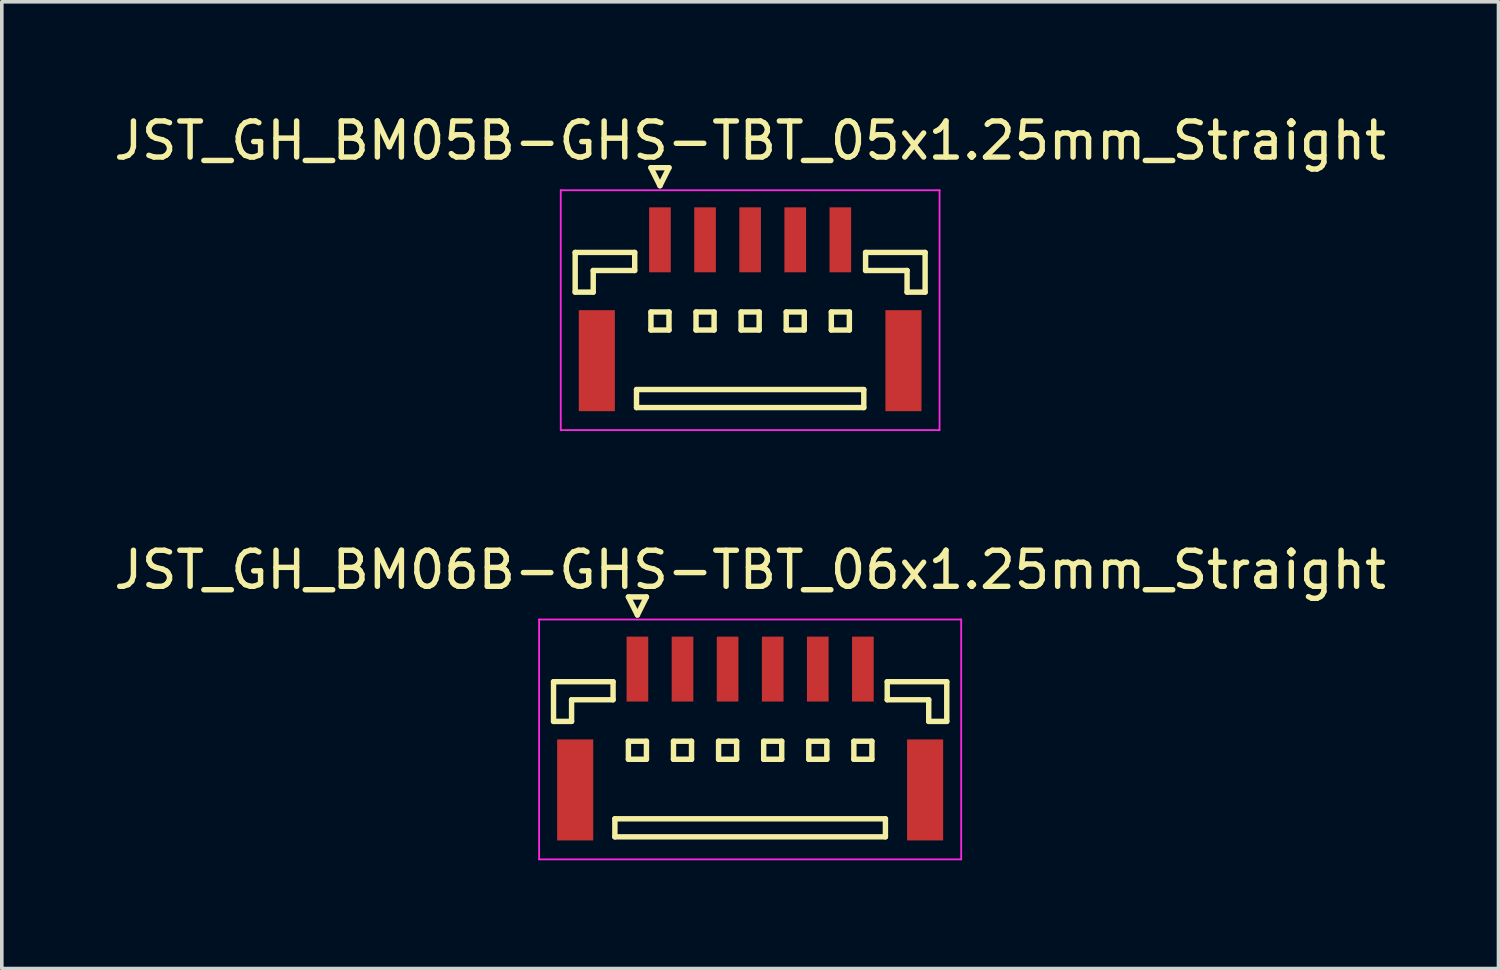
<source format=kicad_pcb>
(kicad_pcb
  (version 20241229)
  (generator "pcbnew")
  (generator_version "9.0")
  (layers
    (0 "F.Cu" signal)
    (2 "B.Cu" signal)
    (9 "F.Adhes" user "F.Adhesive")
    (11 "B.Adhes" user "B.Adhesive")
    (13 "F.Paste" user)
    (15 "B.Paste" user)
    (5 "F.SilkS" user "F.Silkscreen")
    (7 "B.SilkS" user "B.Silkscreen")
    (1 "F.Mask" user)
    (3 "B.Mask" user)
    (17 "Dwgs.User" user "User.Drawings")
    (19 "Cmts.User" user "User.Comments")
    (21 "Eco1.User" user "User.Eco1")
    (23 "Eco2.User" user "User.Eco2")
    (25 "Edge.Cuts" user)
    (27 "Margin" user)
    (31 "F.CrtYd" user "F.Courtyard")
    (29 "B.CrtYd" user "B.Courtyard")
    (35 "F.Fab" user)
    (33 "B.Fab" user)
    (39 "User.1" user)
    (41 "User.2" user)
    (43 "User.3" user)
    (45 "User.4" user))
  (footprint "JST_GH_BM06B-GHS-TBT_06x1.25mm_Straight"
    (layer "F.Cu")
    (at 17.744 17.172)
    (property "Reference" "JST_GH_BM06B-GHS-TBT_06x1.25mm_Straight" (at 0 -4.425 0) (layer "F.SilkS") (effects (font (size 1 1) (thickness 0.15))))
    (attr smd)
    (fp_line (start -5.45 -1.325) (end -3.8 -1.325) (stroke (width 0.15) (type solid)) (layer "F.SilkS"))
    (fp_line (start -5.45 -0.225) (end -5.45 -1.325) (stroke (width 0.15) (type solid)) (layer "F.SilkS"))
    (fp_line (start -4.95 -0.825) (end -4.95 -0.225) (stroke (width 0.15) (type solid)) (layer "F.SilkS"))
    (fp_line (start -4.95 -0.225) (end -5.45 -0.225) (stroke (width 0.15) (type solid)) (layer "F.SilkS"))
    (fp_line (start -3.8 -1.325) (end -3.8 -0.825) (stroke (width 0.15) (type solid)) (layer "F.SilkS"))
    (fp_line (start -3.8 -0.825) (end -4.95 -0.825) (stroke (width 0.15) (type solid)) (layer "F.SilkS"))
    (fp_line (start -3.75 2.475) (end -3.75 2.975) (stroke (width 0.15) (type solid)) (layer "F.SilkS"))
    (fp_line (start -3.75 2.975) (end 3.75 2.975) (stroke (width 0.15) (type solid)) (layer "F.SilkS"))
    (fp_line (start -3.375 -3.675) (end -2.875 -3.675) (stroke (width 0.15) (type solid)) (layer "F.SilkS"))
    (fp_line (start -3.375 0.325) (end -3.375 0.825) (stroke (width 0.15) (type solid)) (layer "F.SilkS"))
    (fp_line (start -3.375 0.825) (end -2.875 0.825) (stroke (width 0.15) (type solid)) (layer "F.SilkS"))
    (fp_line (start -3.125 -3.175) (end -3.375 -3.675) (stroke (width 0.15) (type solid)) (layer "F.SilkS"))
    (fp_line (start -2.875 -3.675) (end -3.125 -3.175) (stroke (width 0.15) (type solid)) (layer "F.SilkS"))
    (fp_line (start -2.875 0.325) (end -3.375 0.325) (stroke (width 0.15) (type solid)) (layer "F.SilkS"))
    (fp_line (start -2.875 0.825) (end -2.875 0.325) (stroke (width 0.15) (type solid)) (layer "F.SilkS"))
    (fp_line (start -2.125 0.325) (end -2.125 0.825) (stroke (width 0.15) (type solid)) (layer "F.SilkS"))
    (fp_line (start -2.125 0.825) (end -1.625 0.825) (stroke (width 0.15) (type solid)) (layer "F.SilkS"))
    (fp_line (start -1.625 0.325) (end -2.125 0.325) (stroke (width 0.15) (type solid)) (layer "F.SilkS"))
    (fp_line (start -1.625 0.825) (end -1.625 0.325) (stroke (width 0.15) (type solid)) (layer "F.SilkS"))
    (fp_line (start -0.875 0.325) (end -0.875 0.825) (stroke (width 0.15) (type solid)) (layer "F.SilkS"))
    (fp_line (start -0.875 0.825) (end -0.375 0.825) (stroke (width 0.15) (type solid)) (layer "F.SilkS"))
    (fp_line (start -0.375 0.325) (end -0.875 0.325) (stroke (width 0.15) (type solid)) (layer "F.SilkS"))
    (fp_line (start -0.375 0.825) (end -0.375 0.325) (stroke (width 0.15) (type solid)) (layer "F.SilkS"))
    (fp_line (start 0.375 0.325) (end 0.375 0.825) (stroke (width 0.15) (type solid)) (layer "F.SilkS"))
    (fp_line (start 0.375 0.825) (end 0.875 0.825) (stroke (width 0.15) (type solid)) (layer "F.SilkS"))
    (fp_line (start 0.875 0.325) (end 0.375 0.325) (stroke (width 0.15) (type solid)) (layer "F.SilkS"))
    (fp_line (start 0.875 0.825) (end 0.875 0.325) (stroke (width 0.15) (type solid)) (layer "F.SilkS"))
    (fp_line (start 1.625 0.325) (end 1.625 0.825) (stroke (width 0.15) (type solid)) (layer "F.SilkS"))
    (fp_line (start 1.625 0.825) (end 2.125 0.825) (stroke (width 0.15) (type solid)) (layer "F.SilkS"))
    (fp_line (start 2.125 0.325) (end 1.625 0.325) (stroke (width 0.15) (type solid)) (layer "F.SilkS"))
    (fp_line (start 2.125 0.825) (end 2.125 0.325) (stroke (width 0.15) (type solid)) (layer "F.SilkS"))
    (fp_line (start 2.875 0.325) (end 2.875 0.825) (stroke (width 0.15) (type solid)) (layer "F.SilkS"))
    (fp_line (start 2.875 0.825) (end 3.375 0.825) (stroke (width 0.15) (type solid)) (layer "F.SilkS"))
    (fp_line (start 3.375 0.325) (end 2.875 0.325) (stroke (width 0.15) (type solid)) (layer "F.SilkS"))
    (fp_line (start 3.375 0.825) (end 3.375 0.325) (stroke (width 0.15) (type solid)) (layer "F.SilkS"))
    (fp_line (start 3.75 2.475) (end -3.75 2.475) (stroke (width 0.15) (type solid)) (layer "F.SilkS"))
    (fp_line (start 3.75 2.975) (end 3.75 2.475) (stroke (width 0.15) (type solid)) (layer "F.SilkS"))
    (fp_line (start 3.8 -1.325) (end 3.8 -0.825) (stroke (width 0.15) (type solid)) (layer "F.SilkS"))
    (fp_line (start 3.8 -0.825) (end 4.95 -0.825) (stroke (width 0.15) (type solid)) (layer "F.SilkS"))
    (fp_line (start 4.95 -0.825) (end 4.95 -0.225) (stroke (width 0.15) (type solid)) (layer "F.SilkS"))
    (fp_line (start 4.95 -0.225) (end 5.45 -0.225) (stroke (width 0.15) (type solid)) (layer "F.SilkS"))
    (fp_line (start 5.45 -1.325) (end 3.8 -1.325) (stroke (width 0.15) (type solid)) (layer "F.SilkS"))
    (fp_line (start 5.45 -0.225) (end 5.45 -1.325) (stroke (width 0.15) (type solid)) (layer "F.SilkS"))
    (fp_line (start -5.85 -3.05) (end -5.85 3.6) (stroke (width 0.05) (type solid)) (layer "F.CrtYd"))
    (fp_line (start -5.85 3.6) (end 5.85 3.6) (stroke (width 0.05) (type solid)) (layer "F.CrtYd"))
    (fp_line (start 5.85 -3.05) (end -5.85 -3.05) (stroke (width 0.05) (type solid)) (layer "F.CrtYd"))
    (fp_line (start 5.85 3.6) (end 5.85 -3.05) (stroke (width 0.05) (type solid)) (layer "F.CrtYd"))
    (pad "" smd rect (at -4.85 1.675) (size 1 2.8) (layers "F.Cu" "F.Mask" "F.Paste"))
    (pad "" smd rect (at 4.85 1.675) (size 1 2.8) (layers "F.Cu" "F.Mask" "F.Paste"))
    (pad "1" smd rect (at -3.125 -1.675) (size 0.6 1.8) (layers "F.Cu" "F.Mask" "F.Paste"))
    (pad "2" smd rect (at -1.875 -1.675) (size 0.6 1.8) (layers "F.Cu" "F.Mask" "F.Paste"))
    (pad "3" smd rect (at -0.625 -1.675) (size 0.6 1.8) (layers "F.Cu" "F.Mask" "F.Paste"))
    (pad "4" smd rect (at 0.625 -1.675) (size 0.6 1.8) (layers "F.Cu" "F.Mask" "F.Paste"))
    (pad "5" smd rect (at 1.875 -1.675) (size 0.6 1.8) (layers "F.Cu" "F.Mask" "F.Paste"))
    (pad "6" smd rect (at 3.125 -1.675) (size 0.6 1.8) (layers "F.Cu" "F.Mask" "F.Paste")))
  (footprint "JST_GH_BM05B-GHS-TBT_05x1.25mm_Straight"
    (layer "F.Cu")
    (at 17.744 5.273)
    (property "Reference" "JST_GH_BM05B-GHS-TBT_05x1.25mm_Straight" (at 0 -4.425 0) (layer "F.SilkS") (effects (font (size 1 1) (thickness 0.15))))
    (attr smd)
    (fp_line (start -4.85 -1.325) (end -3.2 -1.325) (stroke (width 0.15) (type solid)) (layer "F.SilkS"))
    (fp_line (start -4.85 -0.225) (end -4.85 -1.325) (stroke (width 0.15) (type solid)) (layer "F.SilkS"))
    (fp_line (start -4.35 -0.825) (end -4.35 -0.225) (stroke (width 0.15) (type solid)) (layer "F.SilkS"))
    (fp_line (start -4.35 -0.225) (end -4.85 -0.225) (stroke (width 0.15) (type solid)) (layer "F.SilkS"))
    (fp_line (start -3.2 -1.325) (end -3.2 -0.825) (stroke (width 0.15) (type solid)) (layer "F.SilkS"))
    (fp_line (start -3.2 -0.825) (end -4.35 -0.825) (stroke (width 0.15) (type solid)) (layer "F.SilkS"))
    (fp_line (start -3.15 2.475) (end -3.15 2.975) (stroke (width 0.15) (type solid)) (layer "F.SilkS"))
    (fp_line (start -3.15 2.975) (end 3.15 2.975) (stroke (width 0.15) (type solid)) (layer "F.SilkS"))
    (fp_line (start -2.75 -3.675) (end -2.25 -3.675) (stroke (width 0.15) (type solid)) (layer "F.SilkS"))
    (fp_line (start -2.75 0.325) (end -2.75 0.825) (stroke (width 0.15) (type solid)) (layer "F.SilkS"))
    (fp_line (start -2.75 0.825) (end -2.25 0.825) (stroke (width 0.15) (type solid)) (layer "F.SilkS"))
    (fp_line (start -2.5 -3.175) (end -2.75 -3.675) (stroke (width 0.15) (type solid)) (layer "F.SilkS"))
    (fp_line (start -2.25 -3.675) (end -2.5 -3.175) (stroke (width 0.15) (type solid)) (layer "F.SilkS"))
    (fp_line (start -2.25 0.325) (end -2.75 0.325) (stroke (width 0.15) (type solid)) (layer "F.SilkS"))
    (fp_line (start -2.25 0.825) (end -2.25 0.325) (stroke (width 0.15) (type solid)) (layer "F.SilkS"))
    (fp_line (start -1.5 0.325) (end -1.5 0.825) (stroke (width 0.15) (type solid)) (layer "F.SilkS"))
    (fp_line (start -1.5 0.825) (end -1 0.825) (stroke (width 0.15) (type solid)) (layer "F.SilkS"))
    (fp_line (start -1 0.325) (end -1.5 0.325) (stroke (width 0.15) (type solid)) (layer "F.SilkS"))
    (fp_line (start -1 0.825) (end -1 0.325) (stroke (width 0.15) (type solid)) (layer "F.SilkS"))
    (fp_line (start -0.25 0.325) (end -0.25 0.825) (stroke (width 0.15) (type solid)) (layer "F.SilkS"))
    (fp_line (start -0.25 0.825) (end 0.25 0.825) (stroke (width 0.15) (type solid)) (layer "F.SilkS"))
    (fp_line (start 0.25 0.325) (end -0.25 0.325) (stroke (width 0.15) (type solid)) (layer "F.SilkS"))
    (fp_line (start 0.25 0.825) (end 0.25 0.325) (stroke (width 0.15) (type solid)) (layer "F.SilkS"))
    (fp_line (start 1 0.325) (end 1 0.825) (stroke (width 0.15) (type solid)) (layer "F.SilkS"))
    (fp_line (start 1 0.825) (end 1.5 0.825) (stroke (width 0.15) (type solid)) (layer "F.SilkS"))
    (fp_line (start 1.5 0.325) (end 1 0.325) (stroke (width 0.15) (type solid)) (layer "F.SilkS"))
    (fp_line (start 1.5 0.825) (end 1.5 0.325) (stroke (width 0.15) (type solid)) (layer "F.SilkS"))
    (fp_line (start 2.25 0.325) (end 2.25 0.825) (stroke (width 0.15) (type solid)) (layer "F.SilkS"))
    (fp_line (start 2.25 0.825) (end 2.75 0.825) (stroke (width 0.15) (type solid)) (layer "F.SilkS"))
    (fp_line (start 2.75 0.325) (end 2.25 0.325) (stroke (width 0.15) (type solid)) (layer "F.SilkS"))
    (fp_line (start 2.75 0.825) (end 2.75 0.325) (stroke (width 0.15) (type solid)) (layer "F.SilkS"))
    (fp_line (start 3.15 2.475) (end -3.15 2.475) (stroke (width 0.15) (type solid)) (layer "F.SilkS"))
    (fp_line (start 3.15 2.975) (end 3.15 2.475) (stroke (width 0.15) (type solid)) (layer "F.SilkS"))
    (fp_line (start 3.2 -1.325) (end 3.2 -0.825) (stroke (width 0.15) (type solid)) (layer "F.SilkS"))
    (fp_line (start 3.2 -0.825) (end 4.35 -0.825) (stroke (width 0.15) (type solid)) (layer "F.SilkS"))
    (fp_line (start 4.35 -0.825) (end 4.35 -0.225) (stroke (width 0.15) (type solid)) (layer "F.SilkS"))
    (fp_line (start 4.35 -0.225) (end 4.85 -0.225) (stroke (width 0.15) (type solid)) (layer "F.SilkS"))
    (fp_line (start 4.85 -1.325) (end 3.2 -1.325) (stroke (width 0.15) (type solid)) (layer "F.SilkS"))
    (fp_line (start 4.85 -0.225) (end 4.85 -1.325) (stroke (width 0.15) (type solid)) (layer "F.SilkS"))
    (fp_line (start -5.25 -3.05) (end -5.25 3.6) (stroke (width 0.05) (type solid)) (layer "F.CrtYd"))
    (fp_line (start -5.25 3.6) (end 5.25 3.6) (stroke (width 0.05) (type solid)) (layer "F.CrtYd"))
    (fp_line (start 5.25 -3.05) (end -5.25 -3.05) (stroke (width 0.05) (type solid)) (layer "F.CrtYd"))
    (fp_line (start 5.25 3.6) (end 5.25 -3.05) (stroke (width 0.05) (type solid)) (layer "F.CrtYd"))
    (pad "" smd rect (at -4.25 1.675) (size 1 2.8) (layers "F.Cu" "F.Mask" "F.Paste"))
    (pad "" smd rect (at 4.25 1.675) (size 1 2.8) (layers "F.Cu" "F.Mask" "F.Paste"))
    (pad "1" smd rect (at -2.5 -1.675) (size 0.6 1.8) (layers "F.Cu" "F.Mask" "F.Paste"))
    (pad "2" smd rect (at -1.25 -1.675) (size 0.6 1.8) (layers "F.Cu" "F.Mask" "F.Paste"))
    (pad "3" smd rect (at 0 -1.675) (size 0.6 1.8) (layers "F.Cu" "F.Mask" "F.Paste"))
    (pad "4" smd rect (at 1.25 -1.675) (size 0.6 1.8) (layers "F.Cu" "F.Mask" "F.Paste"))
    (pad "5" smd rect (at 2.5 -1.675) (size 0.6 1.8) (layers "F.Cu" "F.Mask" "F.Paste")))
  (gr_rect
    (start -3 -3)
    (end 38.488 23.797)
    (stroke (width 0.1) (type default))
    (fill no)
    (layer "Edge.Cuts")))
</source>
